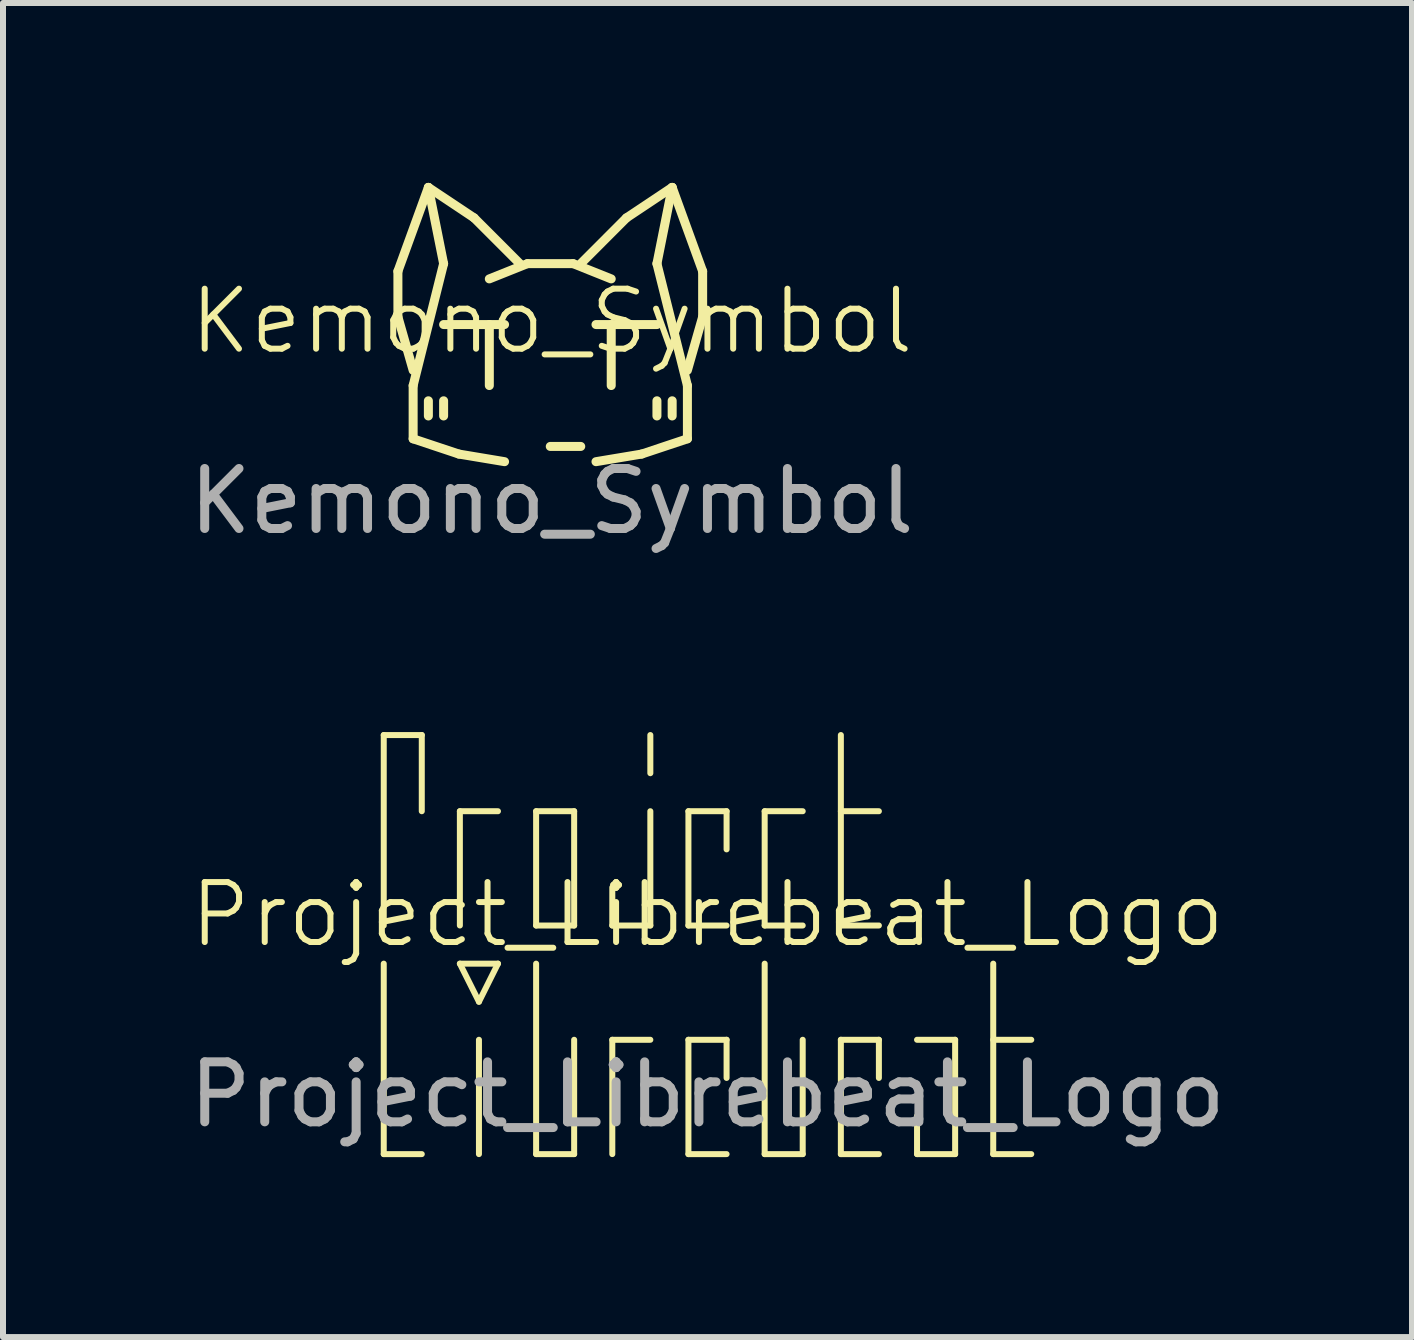
<source format=kicad_pcb>
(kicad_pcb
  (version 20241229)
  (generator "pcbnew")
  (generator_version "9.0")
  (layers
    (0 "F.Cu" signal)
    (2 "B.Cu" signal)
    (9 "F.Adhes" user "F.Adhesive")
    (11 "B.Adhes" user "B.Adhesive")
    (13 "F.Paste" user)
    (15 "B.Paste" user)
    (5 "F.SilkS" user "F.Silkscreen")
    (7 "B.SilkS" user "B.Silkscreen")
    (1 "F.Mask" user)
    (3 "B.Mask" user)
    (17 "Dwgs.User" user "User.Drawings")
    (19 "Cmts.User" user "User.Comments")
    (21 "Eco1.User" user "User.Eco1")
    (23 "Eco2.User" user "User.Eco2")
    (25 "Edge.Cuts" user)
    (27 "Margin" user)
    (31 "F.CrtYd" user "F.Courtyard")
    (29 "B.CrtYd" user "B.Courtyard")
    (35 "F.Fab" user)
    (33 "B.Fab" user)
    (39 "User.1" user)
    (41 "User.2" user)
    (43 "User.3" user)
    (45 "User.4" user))
  (footprint "Project_Librebeat_Logo"
    (layer "F.Cu")
    (at 8.744 12.696)
    (property "Reference" "Project_Librebeat_Logo" (at 0 -0.5 0) (unlocked yes) (layer "F.SilkS") (effects (font (size 1 1) (thickness 0.1))))
    (attr smd)
    (fp_line (start -5.397 -3.493) (end -5.397 -0.318) (stroke (width 0.1) (type default)) (layer "F.SilkS"))
    (fp_line (start -5.397 -3.493) (end -4.763 -3.493) (stroke (width 0.1) (type default)) (layer "F.SilkS"))
    (fp_line (start -5.397 0.318) (end -5.397 3.493) (stroke (width 0.1) (type default)) (layer "F.SilkS"))
    (fp_line (start -5.397 3.493) (end -4.763 3.493) (stroke (width 0.1) (type default)) (layer "F.SilkS"))
    (fp_line (start -4.763 -3.493) (end -4.763 -2.223) (stroke (width 0.1) (type default)) (layer "F.SilkS"))
    (fp_line (start -4.128 -2.223) (end -4.128 -0.318) (stroke (width 0.1) (type default)) (layer "F.SilkS"))
    (fp_line (start -4.128 -2.223) (end -3.493 -2.223) (stroke (width 0.1) (type default)) (layer "F.SilkS"))
    (fp_line (start -4.128 0.318) (end -3.81 0.953) (stroke (width 0.1) (type default)) (layer "F.SilkS"))
    (fp_line (start -4.128 0.318) (end -3.493 0.318) (stroke (width 0.1) (type default)) (layer "F.SilkS"))
    (fp_line (start -3.81 1.587) (end -3.81 3.493) (stroke (width 0.1) (type default)) (layer "F.SilkS"))
    (fp_line (start -3.493 0.318) (end -3.81 0.953) (stroke (width 0.1) (type default)) (layer "F.SilkS"))
    (fp_line (start -2.857 -2.223) (end -2.857 -0.318) (stroke (width 0.1) (type default)) (layer "F.SilkS"))
    (fp_line (start -2.857 -0.318) (end -2.223 -0.318) (stroke (width 0.1) (type default)) (layer "F.SilkS"))
    (fp_line (start -2.857 0.318) (end -2.857 3.493) (stroke (width 0.1) (type default)) (layer "F.SilkS"))
    (fp_line (start -2.857 3.493) (end -2.223 3.493) (stroke (width 0.1) (type default)) (layer "F.SilkS"))
    (fp_line (start -2.223 -2.223) (end -2.857 -2.223) (stroke (width 0.1) (type default)) (layer "F.SilkS"))
    (fp_line (start -2.223 -0.318) (end -2.223 -2.223) (stroke (width 0.1) (type default)) (layer "F.SilkS"))
    (fp_line (start -2.223 3.493) (end -2.223 1.587) (stroke (width 0.1) (type default)) (layer "F.SilkS"))
    (fp_line (start -1.587 -0.318) (end -1.587 -0.953) (stroke (width 0.1) (type default)) (layer "F.SilkS"))
    (fp_line (start -1.587 1.587) (end -1.587 3.493) (stroke (width 0.1) (type default)) (layer "F.SilkS"))
    (fp_line (start -1.587 1.587) (end -0.953 1.587) (stroke (width 0.1) (type default)) (layer "F.SilkS"))
    (fp_line (start -0.953 -3.493) (end -0.953 -2.857) (stroke (width 0.1) (type default)) (layer "F.SilkS"))
    (fp_line (start -0.953 -2.223) (end -0.953 -0.318) (stroke (width 0.1) (type default)) (layer "F.SilkS"))
    (fp_line (start -0.953 -0.318) (end -1.587 -0.318) (stroke (width 0.1) (type default)) (layer "F.SilkS"))
    (fp_line (start -0.318 -2.223) (end -0.318 -0.318) (stroke (width 0.1) (type default)) (layer "F.SilkS"))
    (fp_line (start -0.318 -2.223) (end 0.318 -2.223) (stroke (width 0.1) (type default)) (layer "F.SilkS"))
    (fp_line (start -0.318 -0.318) (end 0.318 -0.318) (stroke (width 0.1) (type default)) (layer "F.SilkS"))
    (fp_line (start -0.318 1.587) (end -0.318 3.493) (stroke (width 0.1) (type default)) (layer "F.SilkS"))
    (fp_line (start -0.318 1.587) (end 0.318 1.587) (stroke (width 0.1) (type default)) (layer "F.SilkS"))
    (fp_line (start -0.318 3.493) (end 0.318 3.493) (stroke (width 0.1) (type default)) (layer "F.SilkS"))
    (fp_line (start 0.318 -2.223) (end 0.318 -1.587) (stroke (width 0.1) (type default)) (layer "F.SilkS"))
    (fp_line (start 0.318 1.587) (end 0.318 2.223) (stroke (width 0.1) (type default)) (layer "F.SilkS"))
    (fp_line (start 0.953 -2.223) (end 0.953 -0.318) (stroke (width 0.1) (type default)) (layer "F.SilkS"))
    (fp_line (start 0.953 -2.223) (end 1.587 -2.223) (stroke (width 0.1) (type default)) (layer "F.SilkS"))
    (fp_line (start 0.953 -0.318) (end 1.587 -0.318) (stroke (width 0.1) (type default)) (layer "F.SilkS"))
    (fp_line (start 0.953 0.318) (end 0.953 3.493) (stroke (width 0.1) (type default)) (layer "F.SilkS"))
    (fp_line (start 0.953 3.493) (end 1.587 3.493) (stroke (width 0.1) (type default)) (layer "F.SilkS"))
    (fp_line (start 1.587 3.493) (end 1.587 1.587) (stroke (width 0.1) (type default)) (layer "F.SilkS"))
    (fp_line (start 2.223 -3.493) (end 2.223 -0.318) (stroke (width 0.1) (type default)) (layer "F.SilkS"))
    (fp_line (start 2.223 -2.223) (end 2.857 -2.223) (stroke (width 0.1) (type default)) (layer "F.SilkS"))
    (fp_line (start 2.223 -0.318) (end 2.857 -0.318) (stroke (width 0.1) (type default)) (layer "F.SilkS"))
    (fp_line (start 2.223 1.587) (end 2.223 3.493) (stroke (width 0.1) (type default)) (layer "F.SilkS"))
    (fp_line (start 2.223 1.587) (end 2.857 1.587) (stroke (width 0.1) (type default)) (layer "F.SilkS"))
    (fp_line (start 2.223 3.493) (end 2.857 3.493) (stroke (width 0.1) (type default)) (layer "F.SilkS"))
    (fp_line (start 2.857 1.587) (end 2.857 2.223) (stroke (width 0.1) (type default)) (layer "F.SilkS"))
    (fp_line (start 3.493 1.587) (end 4.128 1.587) (stroke (width 0.1) (type default)) (layer "F.SilkS"))
    (fp_line (start 3.493 3.493) (end 3.493 2.857) (stroke (width 0.1) (type default)) (layer "F.SilkS"))
    (fp_line (start 4.128 1.587) (end 4.128 3.493) (stroke (width 0.1) (type default)) (layer "F.SilkS"))
    (fp_line (start 4.128 3.493) (end 3.493 3.493) (stroke (width 0.1) (type default)) (layer "F.SilkS"))
    (fp_line (start 4.763 0.318) (end 4.763 3.493) (stroke (width 0.1) (type default)) (layer "F.SilkS"))
    (fp_line (start 4.763 1.587) (end 5.397 1.587) (stroke (width 0.1) (type default)) (layer "F.SilkS"))
    (fp_line (start 4.763 3.493) (end 5.397 3.493) (stroke (width 0.1) (type default)) (layer "F.SilkS"))
    (fp_text user "${REFERENCE}" (at 0 2.5 0) (unlocked yes) (layer "F.Fab") (effects (font (size 1 1) (thickness 0.15)))))
  (footprint "Kemono_Symbol"
    (layer "F.Cu")
    (at 6.123 2.805)
    (property "Reference" "Kemono_Symbol" (at 0.025 -0.5 0) (unlocked yes) (layer "F.SilkS") (effects (font (size 1 1) (thickness 0.1))))
    (attr smd)
    (fp_line (start -2.54 -1.333) (end -2.54 -0.572) (stroke (width 0.15) (type default)) (layer "F.SilkS"))
    (fp_line (start -2.54 -0.572) (end -2.286 0.318) (stroke (width 0.15) (type default)) (layer "F.SilkS"))
    (fp_line (start -2.286 0.572) (end -2.286 1.46) (stroke (width 0.15) (type default)) (layer "F.SilkS"))
    (fp_line (start -2.286 1.46) (end -1.524 1.714) (stroke (width 0.15) (type default)) (layer "F.SilkS"))
    (fp_line (start -2.032 -2.731) (end -2.54 -1.333) (stroke (width 0.15) (type default)) (layer "F.SilkS"))
    (fp_line (start -2.032 -2.731) (end -1.778 -1.46) (stroke (width 0.15) (type default)) (layer "F.SilkS"))
    (fp_line (start -2.032 -2.731) (end -1.27 -2.223) (stroke (width 0.15) (type default)) (layer "F.SilkS"))
    (fp_line (start -2.032 0.826) (end -2.032 1.079) (stroke (width 0.15) (type default)) (layer "F.SilkS"))
    (fp_line (start -1.778 -1.46) (end -2.286 0.572) (stroke (width 0.15) (type default)) (layer "F.SilkS"))
    (fp_line (start -1.778 -0.445) (end -0.762 -0.445) (stroke (width 0.15) (type default)) (layer "F.SilkS"))
    (fp_line (start -1.778 0.826) (end -1.778 1.079) (stroke (width 0.15) (type default)) (layer "F.SilkS"))
    (fp_line (start -1.524 1.714) (end -0.762 1.841) (stroke (width 0.15) (type default)) (layer "F.SilkS"))
    (fp_line (start -1.27 -2.223) (end -0.508 -1.46) (stroke (width 0.15) (type default)) (layer "F.SilkS"))
    (fp_line (start -1.016 -1.206) (end -0.381 -1.46) (stroke (width 0.15) (type default)) (layer "F.SilkS"))
    (fp_line (start -1.016 -0.445) (end -1.016 0.572) (stroke (width 0.15) (type default)) (layer "F.SilkS"))
    (fp_line (start 0 1.587) (end 0.508 1.587) (stroke (width 0.15) (type default)) (layer "F.SilkS"))
    (fp_line (start 0.381 -1.46) (end -0.381 -1.46) (stroke (width 0.15) (type default)) (layer "F.SilkS"))
    (fp_line (start 0.381 -1.46) (end 1.016 -1.206) (stroke (width 0.15) (type default)) (layer "F.SilkS"))
    (fp_line (start 0.508 -1.46) (end 1.27 -2.223) (stroke (width 0.15) (type default)) (layer "F.SilkS"))
    (fp_line (start 0.762 -0.445) (end 1.778 -0.445) (stroke (width 0.15) (type default)) (layer "F.SilkS"))
    (fp_line (start 0.762 1.841) (end 1.524 1.714) (stroke (width 0.15) (type default)) (layer "F.SilkS"))
    (fp_line (start 1.016 0.572) (end 1.016 -0.445) (stroke (width 0.15) (type default)) (layer "F.SilkS"))
    (fp_line (start 1.27 -2.223) (end 2.032 -2.731) (stroke (width 0.15) (type default)) (layer "F.SilkS"))
    (fp_line (start 1.778 -1.46) (end 2.286 0.572) (stroke (width 0.15) (type default)) (layer "F.SilkS"))
    (fp_line (start 1.778 1.079) (end 1.778 0.826) (stroke (width 0.15) (type default)) (layer "F.SilkS"))
    (fp_line (start 2.032 -2.731) (end 1.778 -1.46) (stroke (width 0.15) (type default)) (layer "F.SilkS"))
    (fp_line (start 2.032 0.826) (end 2.032 1.079) (stroke (width 0.15) (type default)) (layer "F.SilkS"))
    (fp_line (start 2.286 0.572) (end 2.286 1.46) (stroke (width 0.15) (type default)) (layer "F.SilkS"))
    (fp_line (start 2.286 1.46) (end 1.524 1.714) (stroke (width 0.15) (type default)) (layer "F.SilkS"))
    (fp_line (start 2.54 -1.333) (end 2.032 -2.731) (stroke (width 0.15) (type default)) (layer "F.SilkS"))
    (fp_line (start 2.54 -0.572) (end 2.286 0.318) (stroke (width 0.15) (type default)) (layer "F.SilkS"))
    (fp_line (start 2.54 -0.572) (end 2.54 -1.333) (stroke (width 0.15) (type default)) (layer "F.SilkS"))
    (fp_text user "${REFERENCE}" (at 0.025 2.5 0) (unlocked yes) (layer "F.Fab") (effects (font (size 1 1) (thickness 0.15)))))
  (gr_rect
    (start -3 -3)
    (end 20.488 19.239)
    (stroke (width 0.1) (type default))
    (fill no)
    (layer "Edge.Cuts")))
</source>
